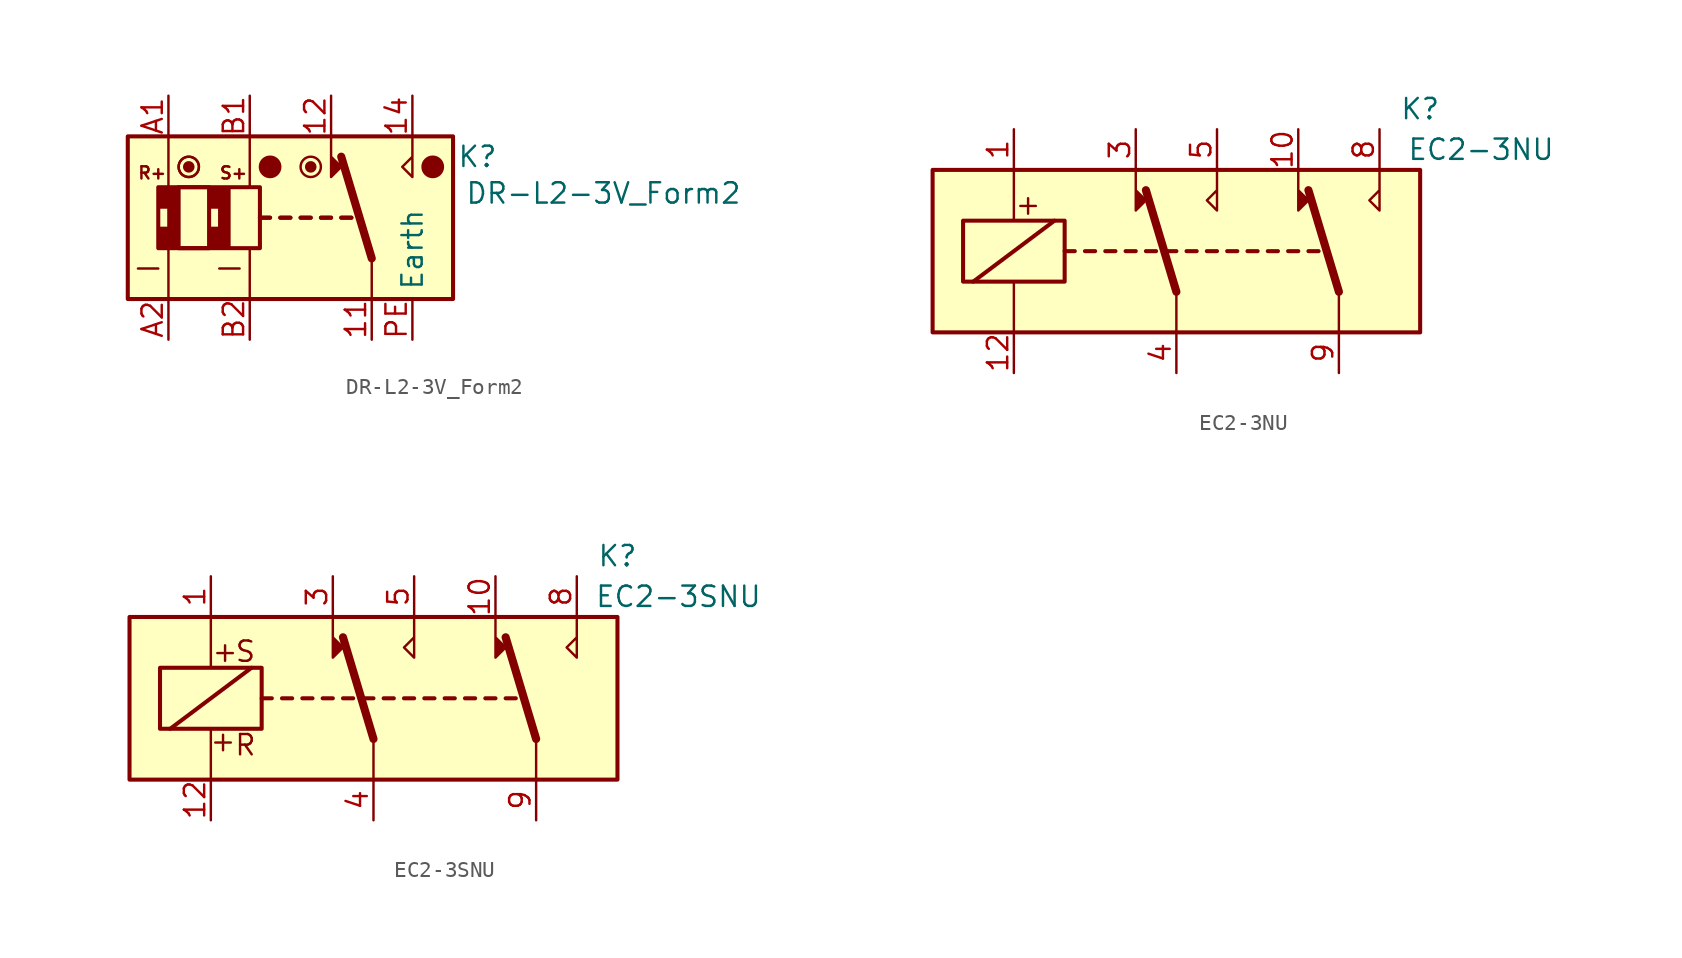
<source format=kicad_sym>
(kicad_symbol_lib
  (version 20241209)
  (generator "kicad_symbol_editor")
  (generator_version "9.0")
  (symbol "DR-L2-3V_Form2"
    (property "Reference" "K"
      (at 11.684 3.81 0)
      (effects (font (size 1.27 1.27))))
    (property "Value" "DR-L2-3V_Form2"
      (at 19.558 1.524 0)
      (effects (font (size 1.27 1.27))))
    (symbol "DR-L2-3V_Form2_0_0"
      (polyline (pts (xy 2.54 5.08) (xy 2.54 2.54) (xy 3.175 3.175) (xy 2.54 3.81)) (stroke (width 0) (type default)) (fill (type outline)))
      (polyline (pts (xy 7.62 5.08) (xy 7.62 2.54) (xy 6.985 3.175) (xy 7.62 3.81)) (stroke (width 0) (type default)) (fill (type none))))
    (symbol "DR-L2-3V_Form2_0_1"
      (polyline (pts (xy -8.255 -3.175) (xy -9.525 -3.175)) (stroke (width 0) (type default)) (fill (type none)))
      (polyline (pts (xy -7.62 5.08) (xy -7.62 1.905)) (stroke (width 0) (type default)) (fill (type none)))
      (polyline (pts (xy -7.62 -5.08) (xy -7.62 -1.905)) (stroke (width 0) (type default)) (fill (type none)))
      (circle (center -6.35 3.175) (radius 0.284) (stroke (width 0) (type default)) (fill (type outline)))
      (circle (center -6.35 3.175) (radius 0.635) (stroke (width 0) (type default)) (fill (type none)))
      (circle (center -6.35 3.175) (radius 0.635) (stroke (width 0) (type default)) (fill (type none)))
      (polyline (pts (xy -3.175 -3.175) (xy -4.445 -3.175)) (stroke (width 0) (type default)) (fill (type none)))
      (polyline (pts (xy -2.54 5.08) (xy -2.54 1.905)) (stroke (width 0) (type default)) (fill (type none)))
      (polyline (pts (xy -2.54 -5.08) (xy -2.54 -1.905)) (stroke (width 0) (type default)) (fill (type none)))
      (polyline (pts (xy -1.905 0) (xy -1.27 0)) (stroke (width 0.254) (type default)) (fill (type none)))
      (polyline (pts (xy -1.905 0) (xy -1.27 0)) (stroke (width 0.254) (type default)) (fill (type none)))
      (circle (center -1.27 3.175) (radius 0.635) (stroke (width 0) (type default)) (fill (type outline)))
      (polyline (pts (xy -0.635 0) (xy 0 0)) (stroke (width 0.254) (type default)) (fill (type none)))
      (polyline (pts (xy -0.635 0) (xy 0 0)) (stroke (width 0.254) (type default)) (fill (type none)))
      (polyline (pts (xy 0.635 0) (xy 1.27 0)) (stroke (width 0.254) (type default)) (fill (type none)))
      (polyline (pts (xy 0.635 0) (xy 1.27 0)) (stroke (width 0.254) (type default)) (fill (type none)))
      (circle (center 1.27 3.175) (radius 0.284) (stroke (width 0) (type default)) (fill (type outline)))
      (circle (center 1.27 3.175) (radius 0.635) (stroke (width 0) (type default)) (fill (type none)))
      (polyline (pts (xy 1.905 0) (xy 2.54 0)) (stroke (width 0.254) (type default)) (fill (type none)))
      (polyline (pts (xy 1.905 0) (xy 2.54 0)) (stroke (width 0.254) (type default)) (fill (type none)))
      (polyline (pts (xy 3.175 0) (xy 3.81 0)) (stroke (width 0.254) (type default)) (fill (type none)))
      (polyline (pts (xy 3.175 0) (xy 3.81 0)) (stroke (width 0.254) (type default)) (fill (type none)))
      (polyline (pts (xy 5.08 -2.54) (xy 3.175 3.81)) (stroke (width 0.508) (type default)) (fill (type none)))
      (polyline (pts (xy 5.08 -2.54) (xy 5.08 -5.08)) (stroke (width 0) (type default)) (fill (type none)))
      (circle (center 8.89 3.175) (radius 0.635) (stroke (width 0) (type default)) (fill (type outline))))
    (symbol "DR-L2-3V_Form2_1_0"
      (text "R+" (at -8.636 2.794 0) (effects (font (size 0.762 0.762))))
      (text "S+" (at -3.556 2.794 0) (effects (font (size 0.762 0.762)))))
    (symbol "DR-L2-3V_Form2_1_1"
      (rectangle (start -10.16 5.08) (end 10.16 -5.08) (stroke (width 0.254) (type default)) (fill (type background)))
      (rectangle (start -8.255 1.905) (end -1.905 -1.905) (stroke (width 0.254) (type default)) (fill (type none)))
      (polyline (pts (xy -8.255 0.635) (xy -7.62 0.635) (xy -7.62 -0.635) (xy -8.255 -0.635) (xy -8.255 -1.905) (xy -6.985 -1.905) (xy -6.985 1.905) (xy -8.255 1.905) (xy -8.255 0.635)) (stroke (width 0) (type default)) (fill (type outline)))
      (rectangle (start -6.985 1.905) (end -5.08 -1.905) (stroke (width 0.254) (type default)) (fill (type none)))
      (polyline (pts (xy -5.08 0.635) (xy -4.445 0.635) (xy -4.445 -0.635) (xy -5.08 -0.635) (xy -5.08 -1.905) (xy -3.81 -1.905) (xy -3.81 1.905) (xy -5.08 1.905) (xy -5.08 0.635)) (stroke (width 0) (type default)) (fill (type outline)))
      (pin passive line (at -7.62 7.62 270) (length 2.54) (name "~" (effects (font (size 1.27 1.27)))) (number "A1" (effects (font (size 1.27 1.27)))))
      (pin passive line (at -7.62 -7.62 90) (length 2.54) (name "~" (effects (font (size 1.27 1.27)))) (number "A2" (effects (font (size 1.27 1.27)))))
      (pin passive line (at -2.54 7.62 270) (length 2.54) (name "~" (effects (font (size 1.27 1.27)))) (number "B1" (effects (font (size 1.27 1.27)))))
      (pin passive line (at -2.54 -7.62 90) (length 2.54) (name "~" (effects (font (size 1.27 1.27)))) (number "B2" (effects (font (size 1.27 1.27)))))
      (pin passive line (at 2.54 7.62 270) (length 2.54) (name "~" (effects (font (size 1.27 1.27)))) (number "12" (effects (font (size 1.27 1.27)))))
      (pin passive line (at 5.08 -7.62 90) (length 2.54) (name "~" (effects (font (size 1.27 1.27)))) (number "11" (effects (font (size 1.27 1.27)))))
      (pin passive line (at 7.62 7.62 270) (length 2.54) (name "~" (effects (font (size 1.27 1.27)))) (number "14" (effects (font (size 1.27 1.27)))))
      (pin passive line (at 7.62 -7.62 90) (length 2.54) (name "Earth" (effects (font (size 1.27 1.27)))) (number "PE" (effects (font (size 1.27 1.27)))))))
  (symbol "EC2-3NU"
    (property "Reference" "K"
      (at 15.24 8.89 0)
      (effects (font (size 1.27 1.27))))
    (property "Value" "EC2-3NU"
      (at 19.05 6.35 0)
      (effects (font (size 1.27 1.27))))
    (symbol "EC2-3NU_1_1"
      (rectangle (start -15.24 5.08) (end 15.24 -5.08) (stroke (width 0.254) (type default)) (fill (type background)))
      (rectangle (start -13.335 1.905) (end -6.985 -1.905) (stroke (width 0.254) (type default)) (fill (type none)))
      (polyline (pts (xy -12.7 -1.905) (xy -7.62 1.905)) (stroke (width 0.254) (type default)) (fill (type none)))
      (polyline (pts (xy -10.16 5.08) (xy -10.16 1.905)) (stroke (width 0) (type default)) (fill (type none)))
      (polyline (pts (xy -10.16 -5.08) (xy -10.16 -1.905)) (stroke (width 0) (type default)) (fill (type none)))
      (polyline (pts (xy -6.985 0) (xy -6.35 0)) (stroke (width 0.254) (type default)) (fill (type none)))
      (polyline (pts (xy -5.715 0) (xy -5.08 0)) (stroke (width 0.254) (type default)) (fill (type none)))
      (polyline (pts (xy -4.445 0) (xy -3.81 0)) (stroke (width 0.254) (type default)) (fill (type none)))
      (polyline (pts (xy -3.175 0) (xy -2.54 0)) (stroke (width 0.254) (type default)) (fill (type none)))
      (polyline (pts (xy -2.54 5.08) (xy -2.54 2.54) (xy -1.905 3.175) (xy -2.54 3.81)) (stroke (width 0) (type default)) (fill (type outline)))
      (polyline (pts (xy -1.905 0) (xy -1.27 0)) (stroke (width 0.254) (type default)) (fill (type none)))
      (polyline (pts (xy -0.635 0) (xy 0 0)) (stroke (width 0.254) (type default)) (fill (type none)))
      (polyline (pts (xy 0 -2.54) (xy -1.905 3.81)) (stroke (width 0.508) (type default)) (fill (type none)))
      (polyline (pts (xy 0 -2.54) (xy 0 -5.08)) (stroke (width 0) (type default)) (fill (type none)))
      (polyline (pts (xy 0.635 0) (xy 1.27 0)) (stroke (width 0.254) (type default)) (fill (type none)))
      (polyline (pts (xy 1.905 0) (xy 2.54 0)) (stroke (width 0.254) (type default)) (fill (type none)))
      (polyline (pts (xy 2.54 5.08) (xy 2.54 2.54) (xy 1.905 3.175) (xy 2.54 3.81)) (stroke (width 0) (type default)) (fill (type none)))
      (polyline (pts (xy 3.175 0) (xy 3.81 0)) (stroke (width 0.254) (type default)) (fill (type none)))
      (polyline (pts (xy 4.445 0) (xy 5.08 0)) (stroke (width 0.254) (type default)) (fill (type none)))
      (polyline (pts (xy 5.715 0) (xy 6.35 0)) (stroke (width 0.254) (type default)) (fill (type none)))
      (polyline (pts (xy 6.985 0) (xy 7.62 0)) (stroke (width 0.254) (type default)) (fill (type none)))
      (polyline (pts (xy 7.62 5.08) (xy 7.62 2.54) (xy 8.255 3.175) (xy 7.62 3.81)) (stroke (width 0) (type default)) (fill (type outline)))
      (polyline (pts (xy 8.255 0) (xy 8.89 0)) (stroke (width 0.254) (type default)) (fill (type none)))
      (polyline (pts (xy 10.16 -2.54) (xy 8.255 3.81)) (stroke (width 0.508) (type default)) (fill (type none)))
      (polyline (pts (xy 10.16 -2.54) (xy 10.16 -5.08)) (stroke (width 0) (type default)) (fill (type none)))
      (polyline (pts (xy 12.7 5.08) (xy 12.7 2.54) (xy 12.065 3.175) (xy 12.7 3.81)) (stroke (width 0) (type default)) (fill (type none)))
      (text "+" (at -9.271 2.921 0) (effects (font (size 1.27 1.27))))
      (pin passive line (at -10.16 7.62 270) (length 2.54) (name "~" (effects (font (size 1.27 1.27)))) (number "1" (effects (font (size 1.27 1.27)))))
      (pin passive line (at -10.16 -7.62 90) (length 2.54) (name "~" (effects (font (size 1.27 1.27)))) (number "12" (effects (font (size 1.27 1.27)))))
      (pin passive line (at -2.54 7.62 270) (length 2.54) (name "~" (effects (font (size 1.27 1.27)))) (number "3" (effects (font (size 1.27 1.27)))))
      (pin passive line (at 0 -7.62 90) (length 2.54) (name "~" (effects (font (size 1.27 1.27)))) (number "4" (effects (font (size 1.27 1.27)))))
      (pin passive line (at 2.54 7.62 270) (length 2.54) (name "~" (effects (font (size 1.27 1.27)))) (number "5" (effects (font (size 1.27 1.27)))))
      (pin passive line (at 7.62 7.62 270) (length 2.54) (name "~" (effects (font (size 1.27 1.27)))) (number "10" (effects (font (size 1.27 1.27)))))
      (pin passive line (at 10.16 -7.62 90) (length 2.54) (name "~" (effects (font (size 1.27 1.27)))) (number "9" (effects (font (size 1.27 1.27)))))
      (pin passive line (at 12.7 7.62 270) (length 2.54) (name "~" (effects (font (size 1.27 1.27)))) (number "8" (effects (font (size 1.27 1.27)))))))
  (symbol "EC2-3SNU"
    (property "Reference" "K"
      (at 15.24 8.89 0)
      (effects (font (size 1.27 1.27))))
    (property "Value" "EC2-3SNU"
      (at 19.05 6.35 0)
      (effects (font (size 1.27 1.27))))
    (symbol "EC2-3SNU_0_0"
      (text "S" (at -8.001 2.921 0) (effects (font (size 1.27 1.27)))))
    (symbol "EC2-3SNU_1_1"
      (rectangle (start -15.24 5.08) (end 15.24 -5.08) (stroke (width 0.254) (type default)) (fill (type background)))
      (rectangle (start -13.335 1.905) (end -6.985 -1.905) (stroke (width 0.254) (type default)) (fill (type none)))
      (polyline (pts (xy -12.7 -1.905) (xy -7.62 1.905)) (stroke (width 0.254) (type default)) (fill (type none)))
      (polyline (pts (xy -10.16 5.08) (xy -10.16 1.905)) (stroke (width 0) (type default)) (fill (type none)))
      (polyline (pts (xy -10.16 -5.08) (xy -10.16 -1.905)) (stroke (width 0) (type default)) (fill (type none)))
      (polyline (pts (xy -6.985 0) (xy -6.35 0)) (stroke (width 0.254) (type default)) (fill (type none)))
      (polyline (pts (xy -5.715 0) (xy -5.08 0)) (stroke (width 0.254) (type default)) (fill (type none)))
      (polyline (pts (xy -4.445 0) (xy -3.81 0)) (stroke (width 0.254) (type default)) (fill (type none)))
      (polyline (pts (xy -3.175 0) (xy -2.54 0)) (stroke (width 0.254) (type default)) (fill (type none)))
      (polyline (pts (xy -2.54 5.08) (xy -2.54 2.54) (xy -1.905 3.175) (xy -2.54 3.81)) (stroke (width 0) (type default)) (fill (type outline)))
      (polyline (pts (xy -1.905 0) (xy -1.27 0)) (stroke (width 0.254) (type default)) (fill (type none)))
      (polyline (pts (xy -0.635 0) (xy 0 0)) (stroke (width 0.254) (type default)) (fill (type none)))
      (polyline (pts (xy 0 -2.54) (xy -1.905 3.81)) (stroke (width 0.508) (type default)) (fill (type none)))
      (polyline (pts (xy 0 -2.54) (xy 0 -5.08)) (stroke (width 0) (type default)) (fill (type none)))
      (polyline (pts (xy 0.635 0) (xy 1.27 0)) (stroke (width 0.254) (type default)) (fill (type none)))
      (polyline (pts (xy 1.905 0) (xy 2.54 0)) (stroke (width 0.254) (type default)) (fill (type none)))
      (polyline (pts (xy 2.54 5.08) (xy 2.54 2.54) (xy 1.905 3.175) (xy 2.54 3.81)) (stroke (width 0) (type default)) (fill (type none)))
      (polyline (pts (xy 3.175 0) (xy 3.81 0)) (stroke (width 0.254) (type default)) (fill (type none)))
      (polyline (pts (xy 4.445 0) (xy 5.08 0)) (stroke (width 0.254) (type default)) (fill (type none)))
      (polyline (pts (xy 5.715 0) (xy 6.35 0)) (stroke (width 0.254) (type default)) (fill (type none)))
      (polyline (pts (xy 6.985 0) (xy 7.62 0)) (stroke (width 0.254) (type default)) (fill (type none)))
      (polyline (pts (xy 7.62 5.08) (xy 7.62 2.54) (xy 8.255 3.175) (xy 7.62 3.81)) (stroke (width 0) (type default)) (fill (type outline)))
      (polyline (pts (xy 8.255 0) (xy 8.89 0)) (stroke (width 0.254) (type default)) (fill (type none)))
      (polyline (pts (xy 10.16 -2.54) (xy 8.255 3.81)) (stroke (width 0.508) (type default)) (fill (type none)))
      (polyline (pts (xy 10.16 -2.54) (xy 10.16 -5.08)) (stroke (width 0) (type default)) (fill (type none)))
      (polyline (pts (xy 12.7 5.08) (xy 12.7 2.54) (xy 12.065 3.175) (xy 12.7 3.81)) (stroke (width 0) (type default)) (fill (type none)))
      (text "+" (at -9.398 -2.667 0) (effects (font (size 1.27 1.27))))
      (text "+" (at -9.271 2.921 0) (effects (font (size 1.27 1.27))))
      (text "R" (at -8.001 -2.921 0) (effects (font (size 1.27 1.27))))
      (pin passive line (at -10.16 7.62 270) (length 2.54) (name "~" (effects (font (size 1.27 1.27)))) (number "1" (effects (font (size 1.27 1.27)))))
      (pin passive line (at -10.16 -7.62 90) (length 2.54) (name "~" (effects (font (size 1.27 1.27)))) (number "12" (effects (font (size 1.27 1.27)))))
      (pin passive line (at -2.54 7.62 270) (length 2.54) (name "~" (effects (font (size 1.27 1.27)))) (number "3" (effects (font (size 1.27 1.27)))))
      (pin passive line (at 0 -7.62 90) (length 2.54) (name "~" (effects (font (size 1.27 1.27)))) (number "4" (effects (font (size 1.27 1.27)))))
      (pin passive line (at 2.54 7.62 270) (length 2.54) (name "~" (effects (font (size 1.27 1.27)))) (number "5" (effects (font (size 1.27 1.27)))))
      (pin passive line (at 7.62 7.62 270) (length 2.54) (name "~" (effects (font (size 1.27 1.27)))) (number "10" (effects (font (size 1.27 1.27)))))
      (pin passive line (at 10.16 -7.62 90) (length 2.54) (name "~" (effects (font (size 1.27 1.27)))) (number "9" (effects (font (size 1.27 1.27)))))
      (pin passive line (at 12.7 7.62 270) (length 2.54) (name "~" (effects (font (size 1.27 1.27)))) (number "8" (effects (font (size 1.27 1.27))))))))
</source>
